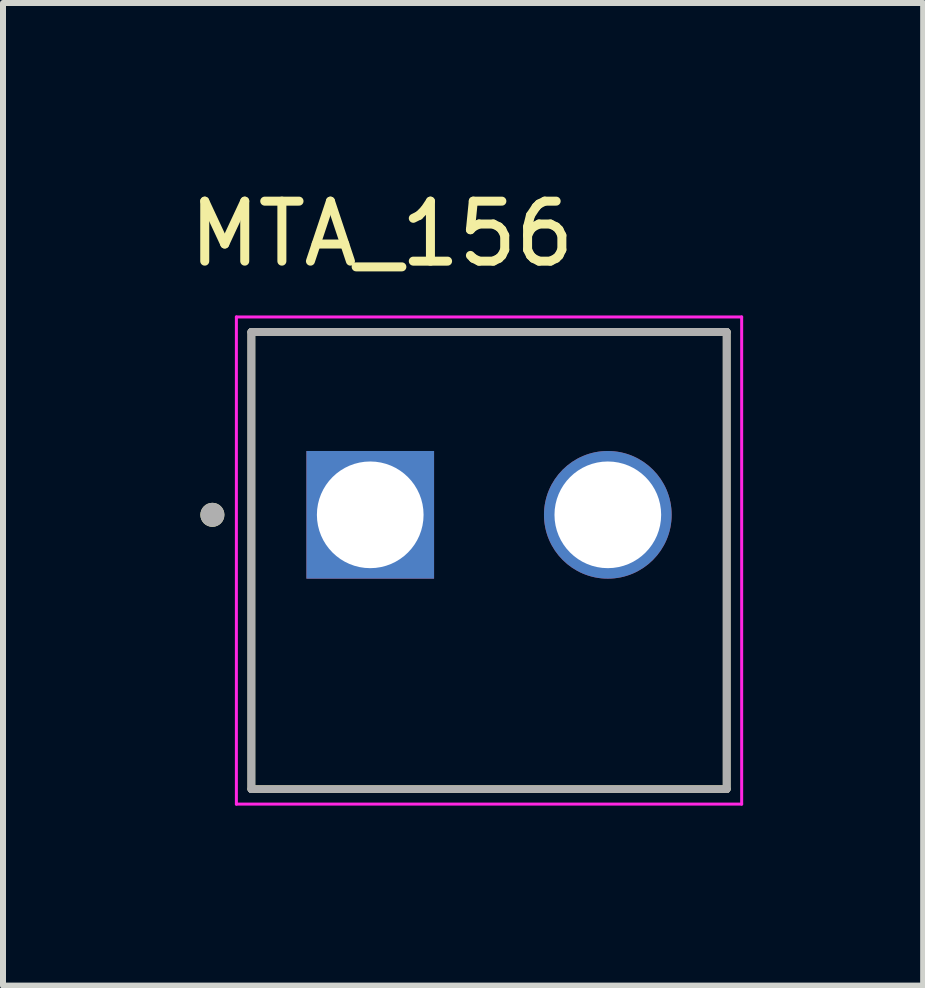
<source format=kicad_pcb>
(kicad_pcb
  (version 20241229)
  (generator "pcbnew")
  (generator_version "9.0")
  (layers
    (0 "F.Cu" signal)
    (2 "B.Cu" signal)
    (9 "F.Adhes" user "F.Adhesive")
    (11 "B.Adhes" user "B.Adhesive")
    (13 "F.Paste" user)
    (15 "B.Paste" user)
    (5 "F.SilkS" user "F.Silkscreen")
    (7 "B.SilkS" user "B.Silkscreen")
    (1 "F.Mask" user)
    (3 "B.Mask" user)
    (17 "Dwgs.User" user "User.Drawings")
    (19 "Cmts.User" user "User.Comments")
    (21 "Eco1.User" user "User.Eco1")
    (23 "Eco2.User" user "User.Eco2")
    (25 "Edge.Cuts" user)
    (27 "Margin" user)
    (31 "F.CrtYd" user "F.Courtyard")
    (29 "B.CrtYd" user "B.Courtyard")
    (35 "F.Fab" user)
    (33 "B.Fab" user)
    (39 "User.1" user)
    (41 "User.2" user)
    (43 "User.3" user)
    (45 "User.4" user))
  (footprint "MTA_156"
    (layer "F.Cu")
    (at 3.121 5.531)
    (property "Reference" "MTA_156" (at 0.194 -4.683 0) (layer "F.SilkS") (effects (font (size 1 1) (thickness 0.15))))
    (attr through_hole)
    (fp_line (start -1.981 4.572) (end -1.981 -3.048) (stroke (width 0.127) (type solid)) (layer "F.SilkS"))
    (fp_line (start 5.941 -3.048) (end -1.981 -3.048) (stroke (width 0.127) (type solid)) (layer "F.SilkS"))
    (fp_line (start 5.941 -3.048) (end 5.941 4.572) (stroke (width 0.127) (type solid)) (layer "F.SilkS"))
    (fp_line (start 5.941 4.572) (end -1.981 4.572) (stroke (width 0.127) (type solid)) (layer "F.SilkS"))
    (fp_circle (center -2.631 0) (end -2.531 0) (stroke (width 0.2) (type solid)) (fill no) (layer "F.SilkS"))
    (fp_line (start -2.231 -3.298) (end 6.191 -3.298) (stroke (width 0.05) (type solid)) (layer "F.CrtYd"))
    (fp_line (start -2.231 4.822) (end -2.231 -3.298) (stroke (width 0.05) (type solid)) (layer "F.CrtYd"))
    (fp_line (start 6.191 -3.298) (end 6.191 4.822) (stroke (width 0.05) (type solid)) (layer "F.CrtYd"))
    (fp_line (start 6.191 4.822) (end -2.231 4.822) (stroke (width 0.05) (type solid)) (layer "F.CrtYd"))
    (fp_line (start -1.981 -3.048) (end 5.941 -3.048) (stroke (width 0.127) (type solid)) (layer "F.Fab"))
    (fp_line (start -1.981 -3.048) (end 5.941 -3.048) (stroke (width 0.127) (type solid)) (layer "F.Fab"))
    (fp_line (start -1.981 4.572) (end -1.981 -3.048) (stroke (width 0.127) (type solid)) (layer "F.Fab"))
    (fp_line (start -1.981 4.572) (end -1.981 -3.048) (stroke (width 0.127) (type solid)) (layer "F.Fab"))
    (fp_line (start 5.941 -3.048) (end 5.941 4.572) (stroke (width 0.127) (type solid)) (layer "F.Fab"))
    (fp_line (start 5.941 -3.048) (end 5.941 4.572) (stroke (width 0.127) (type solid)) (layer "F.Fab"))
    (fp_line (start 5.941 4.572) (end -1.981 4.572) (stroke (width 0.127) (type solid)) (layer "F.Fab"))
    (fp_circle (center -2.631 0) (end -2.531 0) (stroke (width 0.2) (type solid)) (fill no) (layer "F.Fab"))
    (pad "1" thru_hole rect (at 0 0) (size 2.128 2.128) (drill 1.778) (layers "*.Cu" "*.Mask"))
    (pad "2" thru_hole circle (at 3.96 0) (size 2.128 2.128) (drill 1.778) (layers "*.Cu" "*.Mask")))
  (gr_rect
    (start -3 -3)
    (end 12.337 13.378)
    (stroke (width 0.1) (type default))
    (fill no)
    (layer "Edge.Cuts")))
</source>
